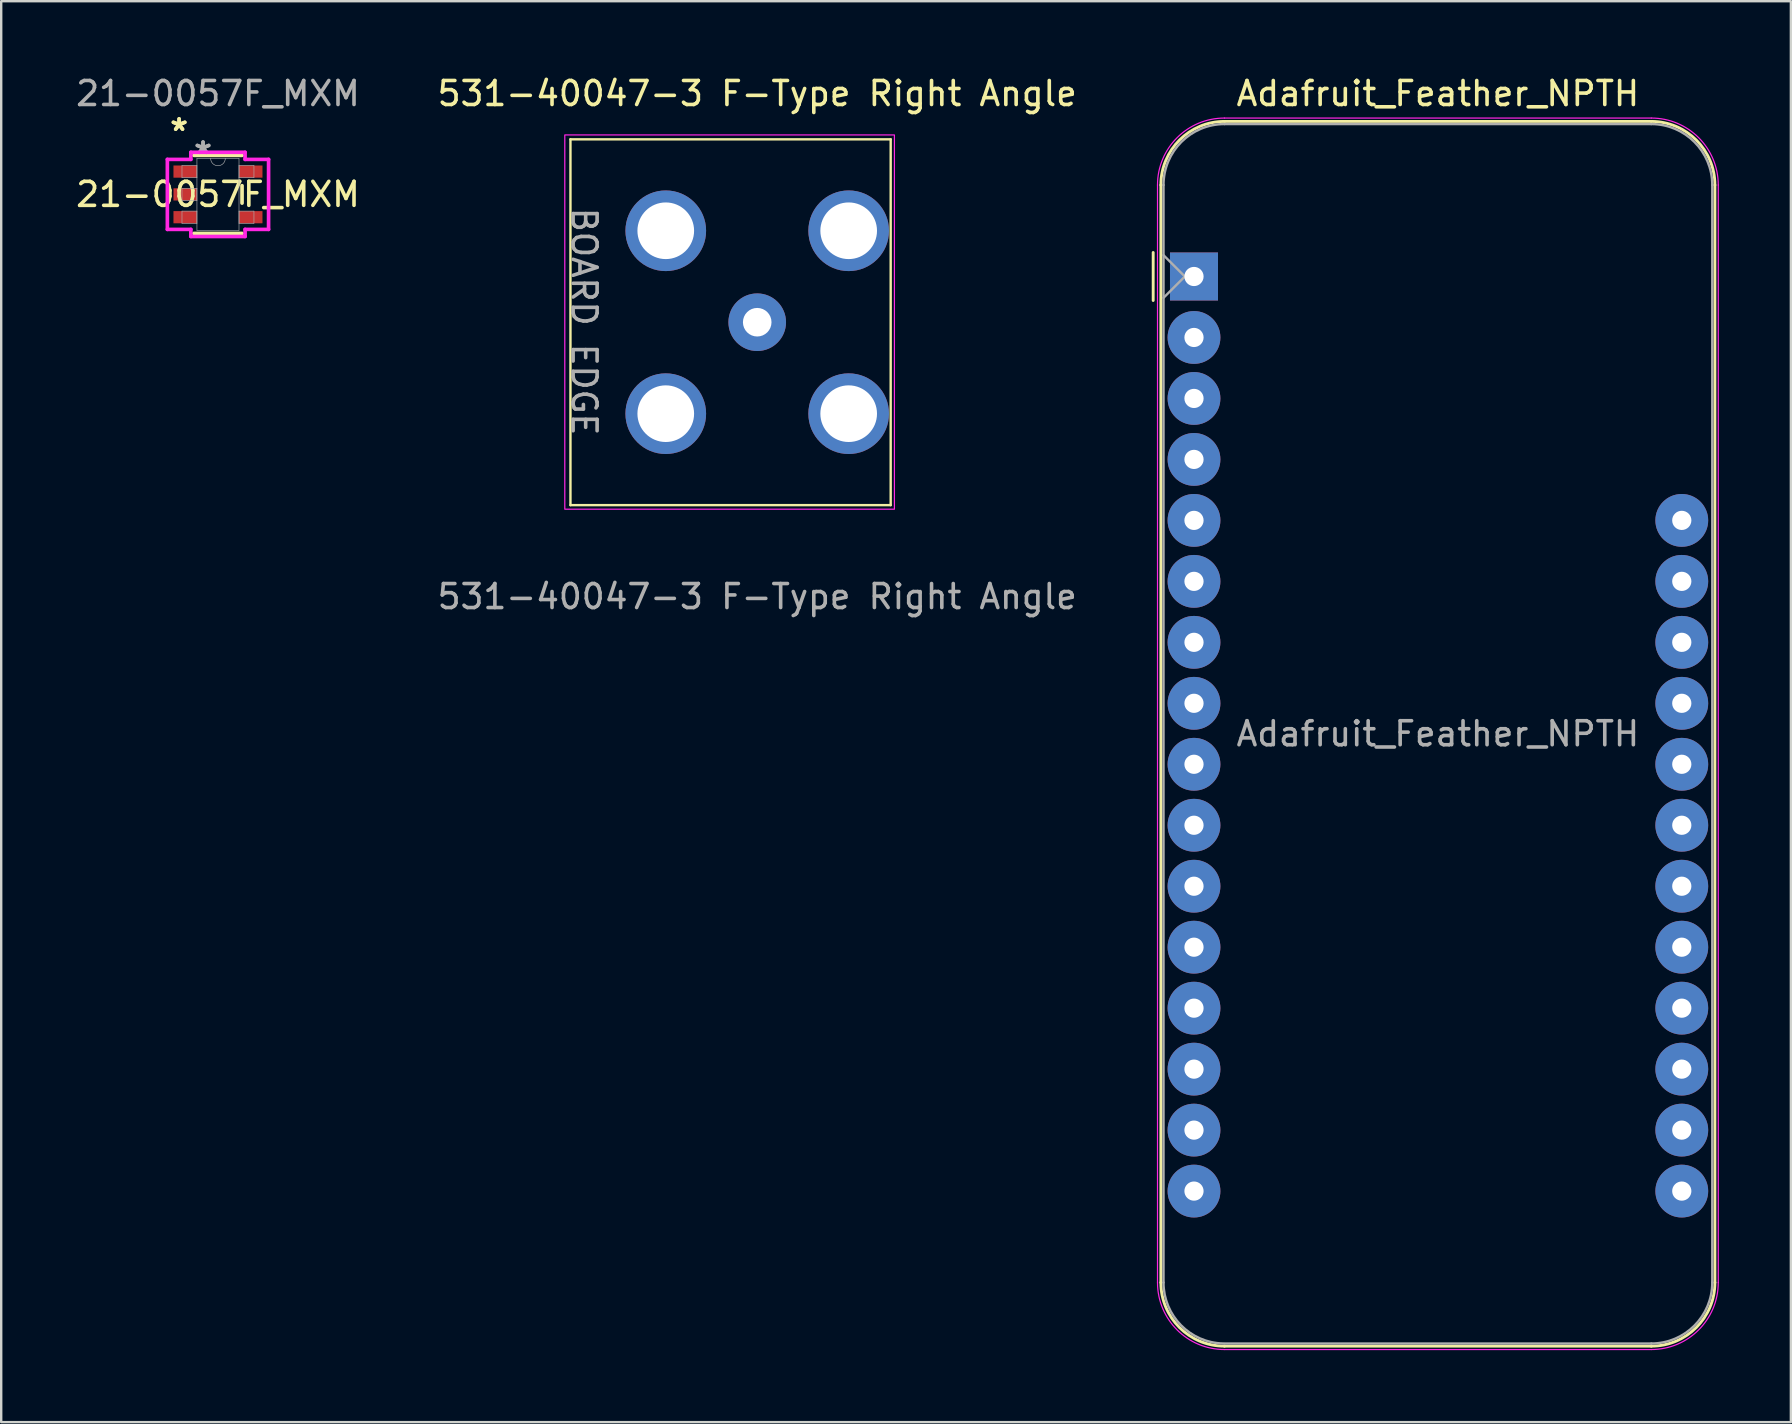
<source format=kicad_pcb>
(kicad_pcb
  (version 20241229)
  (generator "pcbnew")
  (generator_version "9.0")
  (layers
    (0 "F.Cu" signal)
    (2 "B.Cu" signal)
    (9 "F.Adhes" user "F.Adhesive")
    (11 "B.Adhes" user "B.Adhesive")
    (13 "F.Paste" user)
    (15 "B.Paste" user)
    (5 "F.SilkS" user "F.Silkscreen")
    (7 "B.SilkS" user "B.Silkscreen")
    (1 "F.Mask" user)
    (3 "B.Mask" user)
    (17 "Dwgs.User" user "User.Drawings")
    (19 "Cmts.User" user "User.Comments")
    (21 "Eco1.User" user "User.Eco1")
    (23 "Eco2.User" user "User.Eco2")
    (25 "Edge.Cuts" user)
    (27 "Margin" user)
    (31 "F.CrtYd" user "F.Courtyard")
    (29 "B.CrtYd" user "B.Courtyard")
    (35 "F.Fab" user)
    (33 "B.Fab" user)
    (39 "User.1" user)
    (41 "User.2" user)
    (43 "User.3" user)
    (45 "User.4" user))
  (footprint "531-40047-3 F-Type Right Angle"
    (layer "F.Cu")
    (at 28.494 10.373)
    (property "Reference" "531-40047-3 F-Type Right Angle" (at 0 -9.525 0) (unlocked yes) (layer "F.SilkS") (effects (font (size 1 1) (thickness 0.15))))
    (attr through_hole)
    (fp_line (start -7.78 -7.62) (end -7.78 7.62) (stroke (width 0.1) (type default)) (layer "F.SilkS"))
    (fp_line (start -7.78 7.62) (end 5.56 7.62) (stroke (width 0.1) (type default)) (layer "F.SilkS"))
    (fp_line (start 5.56 -7.62) (end -7.78 -7.62) (stroke (width 0.1) (type default)) (layer "F.SilkS"))
    (fp_line (start 5.56 7.62) (end 5.56 -7.62) (stroke (width 0.1) (type default)) (layer "F.SilkS"))
    (fp_rect (start -8.016 -7.801) (end 5.715 7.789) (stroke (width 0.05) (type default)) (fill no) (layer "F.CrtYd"))
    (fp_text user "BOARD EDGE" (at -7.8 -4.863 270) (unlocked yes) (layer "F.Fab") (effects (font (size 1 1) (thickness 0.15)) (justify left bottom)))
    (fp_text user "${REFERENCE}" (at 0 11.43 0) (unlocked yes) (layer "F.Fab") (effects (font (size 1 1) (thickness 0.15))))
    (pad "1" thru_hole circle (at 0 0) (size 2.4 2.4) (drill 1.19) (layers "*.Cu" "*.Mask"))
    (pad "2" thru_hole circle (at -3.81 -3.81) (size 3.36 3.36) (drill 2.36) (layers "*.Cu" "*.Mask"))
    (pad "2" thru_hole circle (at -3.81 3.81) (size 3.36 3.36) (drill 2.36) (layers "*.Cu" "*.Mask"))
    (pad "2" thru_hole circle (at 3.81 -3.81) (size 3.36 3.36) (drill 2.36) (layers "*.Cu" "*.Mask"))
    (pad "2" thru_hole circle (at 3.81 3.81) (size 3.36 3.36) (drill 2.36) (layers "*.Cu" "*.Mask")))
  (footprint "Adafruit_Feather_NPTH"
    (layer "F.Cu")
    (at 46.689 8.468)
    (property "Reference" "Adafruit_Feather_NPTH" (at 10.16 -7.62 0) (layer "F.SilkS") (effects (font (size 1 1) (thickness 0.15))))
    (attr through_hole)
    (fp_line (start -1.7 1) (end -1.7 -1) (stroke (width 0.12) (type solid)) (layer "F.SilkS"))
    (fp_line (start -1.38 -3.81) (end -1.38 41.91) (stroke (width 0.12) (type solid)) (layer "F.SilkS"))
    (fp_line (start 19.05 -6.46) (end 1.27 -6.46) (stroke (width 0.12) (type solid)) (layer "F.SilkS"))
    (fp_line (start 19.05 44.56) (end 1.27 44.56) (stroke (width 0.12) (type solid)) (layer "F.SilkS"))
    (fp_line (start 21.7 -3.81) (end 21.7 41.91) (stroke (width 0.12) (type solid)) (layer "F.SilkS"))
    (fp_arc (start -1.38 -3.81) (mid -0.603833 -5.683833) (end 1.27 -6.46) (stroke (width 0.12) (type solid)) (layer "F.SilkS"))
    (fp_arc (start 1.27 44.56) (mid -0.603833 43.783833) (end -1.38 41.91) (stroke (width 0.12) (type solid)) (layer "F.SilkS"))
    (fp_arc (start 19.05 -6.46) (mid 20.923833 -5.683833) (end 21.7 -3.81) (stroke (width 0.12) (type solid)) (layer "F.SilkS"))
    (fp_arc (start 21.7 41.91) (mid 20.923833 43.783833) (end 19.05 44.56) (stroke (width 0.12) (type solid)) (layer "F.SilkS"))
    (fp_line (start -1.52 41.91) (end -1.52 -3.81) (stroke (width 0.05) (type solid)) (layer "F.CrtYd"))
    (fp_line (start 19.05 -6.6) (end 1.27 -6.6) (stroke (width 0.05) (type solid)) (layer "F.CrtYd"))
    (fp_line (start 19.05 44.7) (end 1.27 44.7) (stroke (width 0.05) (type solid)) (layer "F.CrtYd"))
    (fp_line (start 21.84 41.91) (end 21.84 -3.81) (stroke (width 0.05) (type solid)) (layer "F.CrtYd"))
    (fp_arc (start -1.52 -3.81) (mid -0.702828 -5.782828) (end 1.27 -6.6) (stroke (width 0.05) (type solid)) (layer "F.CrtYd"))
    (fp_arc (start 1.27 44.7) (mid -0.702828 43.882828) (end -1.52 41.91) (stroke (width 0.05) (type solid)) (layer "F.CrtYd"))
    (fp_arc (start 19.05 -6.6) (mid 21.022828 -5.782828) (end 21.84 -3.81) (stroke (width 0.05) (type solid)) (layer "F.CrtYd"))
    (fp_arc (start 21.84 41.91) (mid 21.022828 43.882828) (end 19.05 44.7) (stroke (width 0.05) (type solid)) (layer "F.CrtYd"))
    (fp_line (start -1.27 -3.81) (end -1.27 41.91) (stroke (width 0.1) (type solid)) (layer "F.Fab"))
    (fp_line (start -1.27 -0.889) (end -0.381 0) (stroke (width 0.1) (type solid)) (layer "F.Fab"))
    (fp_line (start -0.381 0) (end -1.27 0.889) (stroke (width 0.1) (type solid)) (layer "F.Fab"))
    (fp_line (start 1.27 44.45) (end 19.05 44.45) (stroke (width 0.1) (type solid)) (layer "F.Fab"))
    (fp_line (start 19.05 -6.35) (end 1.27 -6.35) (stroke (width 0.1) (type solid)) (layer "F.Fab"))
    (fp_line (start 21.59 41.91) (end 21.59 -3.81) (stroke (width 0.1) (type solid)) (layer "F.Fab"))
    (fp_arc (start -1.27 -3.81) (mid -0.526051 -5.606051) (end 1.27 -6.35) (stroke (width 0.1) (type solid)) (layer "F.Fab"))
    (fp_arc (start 1.221238 44.449532) (mid -0.543209 43.688728) (end -1.27 41.91) (stroke (width 0.1) (type solid)) (layer "F.Fab"))
    (fp_arc (start 19.05 -6.35) (mid 20.846051 -5.606051) (end 21.59 -3.81) (stroke (width 0.1) (type solid)) (layer "F.Fab"))
    (fp_arc (start 21.59 41.91) (mid 20.846051 43.706051) (end 19.05 44.45) (stroke (width 0.1) (type solid)) (layer "F.Fab"))
    (fp_text user "${REFERENCE}" (at 10.16 19.05 180) (layer "F.Fab") (effects (font (size 1 1) (thickness 0.15))))
    (pad "" np_thru_hole rect (at 0 0 180) (size 2 2) (drill 0.8) (layers "*.Cu" "*.Mask"))
    (pad "" np_thru_hole circle (at 0 2.54 180) (size 2.2 2.2) (drill 0.8) (layers "*.Cu" "*.Mask"))
    (pad "" np_thru_hole circle (at 0 5.08 180) (size 2.2 2.2) (drill 0.8) (layers "*.Cu" "*.Mask"))
    (pad "" np_thru_hole circle (at 0 7.62 180) (size 2.2 2.2) (drill 0.8) (layers "*.Cu" "*.Mask"))
    (pad "" np_thru_hole circle (at 0 10.16 180) (size 2.2 2.2) (drill 0.8) (layers "*.Cu" "*.Mask"))
    (pad "" np_thru_hole circle (at 0 12.7 180) (size 2.2 2.2) (drill 0.8) (layers "*.Cu" "*.Mask"))
    (pad "" np_thru_hole circle (at 0 15.24 180) (size 2.2 2.2) (drill 0.8) (layers "*.Cu" "*.Mask"))
    (pad "" np_thru_hole circle (at 0 17.78 180) (size 2.2 2.2) (drill 0.8) (layers "*.Cu" "*.Mask"))
    (pad "" np_thru_hole circle (at 0 20.32 180) (size 2.2 2.2) (drill 0.8) (layers "*.Cu" "*.Mask"))
    (pad "" np_thru_hole circle (at 0 22.86 180) (size 2.2 2.2) (drill 0.8) (layers "*.Cu" "*.Mask"))
    (pad "" np_thru_hole circle (at 0 25.4 180) (size 2.2 2.2) (drill 0.8) (layers "*.Cu" "*.Mask"))
    (pad "" np_thru_hole circle (at 0 27.94 180) (size 2.2 2.2) (drill 0.8) (layers "*.Cu" "*.Mask"))
    (pad "" np_thru_hole circle (at 0 30.48 180) (size 2.2 2.2) (drill 0.8) (layers "*.Cu" "*.Mask"))
    (pad "" np_thru_hole circle (at 0 33.02 180) (size 2.2 2.2) (drill 0.8) (layers "*.Cu" "*.Mask"))
    (pad "" np_thru_hole circle (at 0 35.56 180) (size 2.2 2.2) (drill 0.8) (layers "*.Cu" "*.Mask"))
    (pad "" np_thru_hole circle (at 0 38.1 180) (size 2.2 2.2) (drill 0.8) (layers "*.Cu" "*.Mask"))
    (pad "" np_thru_hole circle (at 20.32 10.16 180) (size 2.2 2.2) (drill 0.8) (layers "*.Cu" "*.Mask"))
    (pad "" np_thru_hole circle (at 20.32 12.7 180) (size 2.2 2.2) (drill 0.8) (layers "*.Cu" "*.Mask"))
    (pad "" np_thru_hole circle (at 20.32 15.24 180) (size 2.2 2.2) (drill 0.8) (layers "*.Cu" "*.Mask"))
    (pad "" np_thru_hole circle (at 20.32 17.78 180) (size 2.2 2.2) (drill 0.8) (layers "*.Cu" "*.Mask"))
    (pad "" np_thru_hole circle (at 20.32 20.32 180) (size 2.2 2.2) (drill 0.8) (layers "*.Cu" "*.Mask"))
    (pad "" np_thru_hole circle (at 20.32 22.86 180) (size 2.2 2.2) (drill 0.8) (layers "*.Cu" "*.Mask"))
    (pad "" np_thru_hole circle (at 20.32 25.4 180) (size 2.2 2.2) (drill 0.8) (layers "*.Cu" "*.Mask"))
    (pad "" np_thru_hole circle (at 20.32 27.94 180) (size 2.2 2.2) (drill 0.8) (layers "*.Cu" "*.Mask"))
    (pad "" np_thru_hole circle (at 20.32 30.48 180) (size 2.2 2.2) (drill 0.8) (layers "*.Cu" "*.Mask"))
    (pad "" np_thru_hole circle (at 20.32 33.02 180) (size 2.2 2.2) (drill 0.8) (layers "*.Cu" "*.Mask"))
    (pad "" np_thru_hole circle (at 20.32 35.56 180) (size 2.2 2.2) (drill 0.8) (layers "*.Cu" "*.Mask"))
    (pad "" np_thru_hole circle (at 20.32 38.1 180) (size 2.2 2.2) (drill 0.8) (layers "*.Cu" "*.Mask")))
  (footprint "21-0057F_MXM"
    (layer "F.Cu")
    (at 6.03 5.048)
    (property "Reference" "21-0057F_MXM" (at 0 0 0) (unlocked yes) (layer "F.SilkS") (effects (font (size 1 1) (thickness 0.15))))
    (attr smd)
    (fp_line (start -1.003 1.626) (end 1.003 1.626) (stroke (width 0.152) (type solid)) (layer "F.SilkS"))
    (fp_line (start 1.003 -1.626) (end -1.003 -1.626) (stroke (width 0.152) (type solid)) (layer "F.SilkS"))
    (fp_line (start 1.003 0.363) (end 1.003 -0.363) (stroke (width 0.152) (type solid)) (layer "F.SilkS"))
    (fp_line (start -2.108 -1.458) (end -1.13 -1.458) (stroke (width 0.152) (type solid)) (layer "F.CrtYd"))
    (fp_line (start -2.108 1.458) (end -2.108 -1.458) (stroke (width 0.152) (type solid)) (layer "F.CrtYd"))
    (fp_line (start -1.13 -1.753) (end 1.13 -1.753) (stroke (width 0.152) (type solid)) (layer "F.CrtYd"))
    (fp_line (start -1.13 -1.458) (end -1.13 -1.753) (stroke (width 0.152) (type solid)) (layer "F.CrtYd"))
    (fp_line (start -1.13 1.458) (end -2.108 1.458) (stroke (width 0.152) (type solid)) (layer "F.CrtYd"))
    (fp_line (start -1.13 1.753) (end -1.13 1.458) (stroke (width 0.152) (type solid)) (layer "F.CrtYd"))
    (fp_line (start 1.13 -1.753) (end 1.13 -1.458) (stroke (width 0.152) (type solid)) (layer "F.CrtYd"))
    (fp_line (start 1.13 -1.458) (end 2.108 -1.458) (stroke (width 0.152) (type solid)) (layer "F.CrtYd"))
    (fp_line (start 1.13 1.458) (end 1.13 1.753) (stroke (width 0.152) (type solid)) (layer "F.CrtYd"))
    (fp_line (start 1.13 1.753) (end -1.13 1.753) (stroke (width 0.152) (type solid)) (layer "F.CrtYd"))
    (fp_line (start 2.108 -1.458) (end 2.108 1.458) (stroke (width 0.152) (type solid)) (layer "F.CrtYd"))
    (fp_line (start 2.108 1.458) (end 1.13 1.458) (stroke (width 0.152) (type solid)) (layer "F.CrtYd"))
    (fp_line (start -1.499 -1.204) (end -1.499 -0.696) (stroke (width 0.025) (type solid)) (layer "F.Fab"))
    (fp_line (start -1.499 -0.696) (end -0.876 -0.696) (stroke (width 0.025) (type solid)) (layer "F.Fab"))
    (fp_line (start -1.499 -0.254) (end -1.499 0.254) (stroke (width 0.025) (type solid)) (layer "F.Fab"))
    (fp_line (start -1.499 0.254) (end -0.876 0.254) (stroke (width 0.025) (type solid)) (layer "F.Fab"))
    (fp_line (start -1.499 0.696) (end -1.499 1.204) (stroke (width 0.025) (type solid)) (layer "F.Fab"))
    (fp_line (start -1.499 1.204) (end -0.876 1.204) (stroke (width 0.025) (type solid)) (layer "F.Fab"))
    (fp_line (start -0.876 -1.499) (end -0.876 1.499) (stroke (width 0.025) (type solid)) (layer "F.Fab"))
    (fp_line (start -0.876 -1.204) (end -1.499 -1.204) (stroke (width 0.025) (type solid)) (layer "F.Fab"))
    (fp_line (start -0.876 -0.696) (end -0.876 -1.204) (stroke (width 0.025) (type solid)) (layer "F.Fab"))
    (fp_line (start -0.876 -0.254) (end -1.499 -0.254) (stroke (width 0.025) (type solid)) (layer "F.Fab"))
    (fp_line (start -0.876 0.254) (end -0.876 -0.254) (stroke (width 0.025) (type solid)) (layer "F.Fab"))
    (fp_line (start -0.876 0.696) (end -1.499 0.696) (stroke (width 0.025) (type solid)) (layer "F.Fab"))
    (fp_line (start -0.876 1.204) (end -0.876 0.696) (stroke (width 0.025) (type solid)) (layer "F.Fab"))
    (fp_line (start -0.876 1.499) (end 0.876 1.499) (stroke (width 0.025) (type solid)) (layer "F.Fab"))
    (fp_line (start 0.876 -1.499) (end -0.876 -1.499) (stroke (width 0.025) (type solid)) (layer "F.Fab"))
    (fp_line (start 0.876 -1.204) (end 0.876 -0.696) (stroke (width 0.025) (type solid)) (layer "F.Fab"))
    (fp_line (start 0.876 -0.696) (end 1.499 -0.696) (stroke (width 0.025) (type solid)) (layer "F.Fab"))
    (fp_line (start 0.876 0.696) (end 0.876 1.204) (stroke (width 0.025) (type solid)) (layer "F.Fab"))
    (fp_line (start 0.876 1.204) (end 1.499 1.204) (stroke (width 0.025) (type solid)) (layer "F.Fab"))
    (fp_line (start 0.876 1.499) (end 0.876 -1.499) (stroke (width 0.025) (type solid)) (layer "F.Fab"))
    (fp_line (start 1.499 -1.204) (end 0.876 -1.204) (stroke (width 0.025) (type solid)) (layer "F.Fab"))
    (fp_line (start 1.499 -0.696) (end 1.499 -1.204) (stroke (width 0.025) (type solid)) (layer "F.Fab"))
    (fp_line (start 1.499 0.696) (end 0.876 0.696) (stroke (width 0.025) (type solid)) (layer "F.Fab"))
    (fp_line (start 1.499 1.204) (end 1.499 0.696) (stroke (width 0.025) (type solid)) (layer "F.Fab"))
    (fp_arc (start 0.3048 -1.4986) (mid 0 -1.1938) (end -0.3048 -1.4986) (stroke (width 0.0254) (type solid)) (layer "F.Fab"))
    (fp_text user "*" (at -1.619 -2.601 0) (layer "F.SilkS") (effects (font (size 1 1) (thickness 0.15))))
    (fp_text user "*" (at -1.619 -2.601 0) (unlocked yes) (layer "F.SilkS") (effects (font (size 1 1) (thickness 0.15))))
    (fp_text user "${REFERENCE}" (at 0 -4.2 0) (unlocked yes) (layer "F.Fab") (effects (font (size 1 1) (thickness 0.15))))
    (fp_text user "*" (at -0.622 -1.636 0) (unlocked yes) (layer "F.Fab") (effects (font (size 1 1) (thickness 0.15))))
    (fp_text user "*" (at -0.622 -1.636 0) (layer "F.Fab") (effects (font (size 1 1) (thickness 0.15))))
    (pad "1" smd rect (at -1.365 -0.95) (size 0.978 0.508) (layers "F.Cu" "F.Mask" "F.Paste"))
    (pad "2" smd rect (at -1.365 0) (size 0.978 0.508) (layers "F.Cu" "F.Mask" "F.Paste"))
    (pad "3" smd rect (at -1.365 0.95) (size 0.978 0.508) (layers "F.Cu" "F.Mask" "F.Paste"))
    (pad "4" smd rect (at 1.365 0.95) (size 0.978 0.508) (layers "F.Cu" "F.Mask" "F.Paste"))
    (pad "5" smd rect (at 1.365 -0.95) (size 0.978 0.508) (layers "F.Cu" "F.Mask" "F.Paste")))
  (gr_rect
    (start -3 -3)
    (end 71.554 56.193)
    (stroke (width 0.1) (type default))
    (fill no)
    (layer "Edge.Cuts")))
</source>
